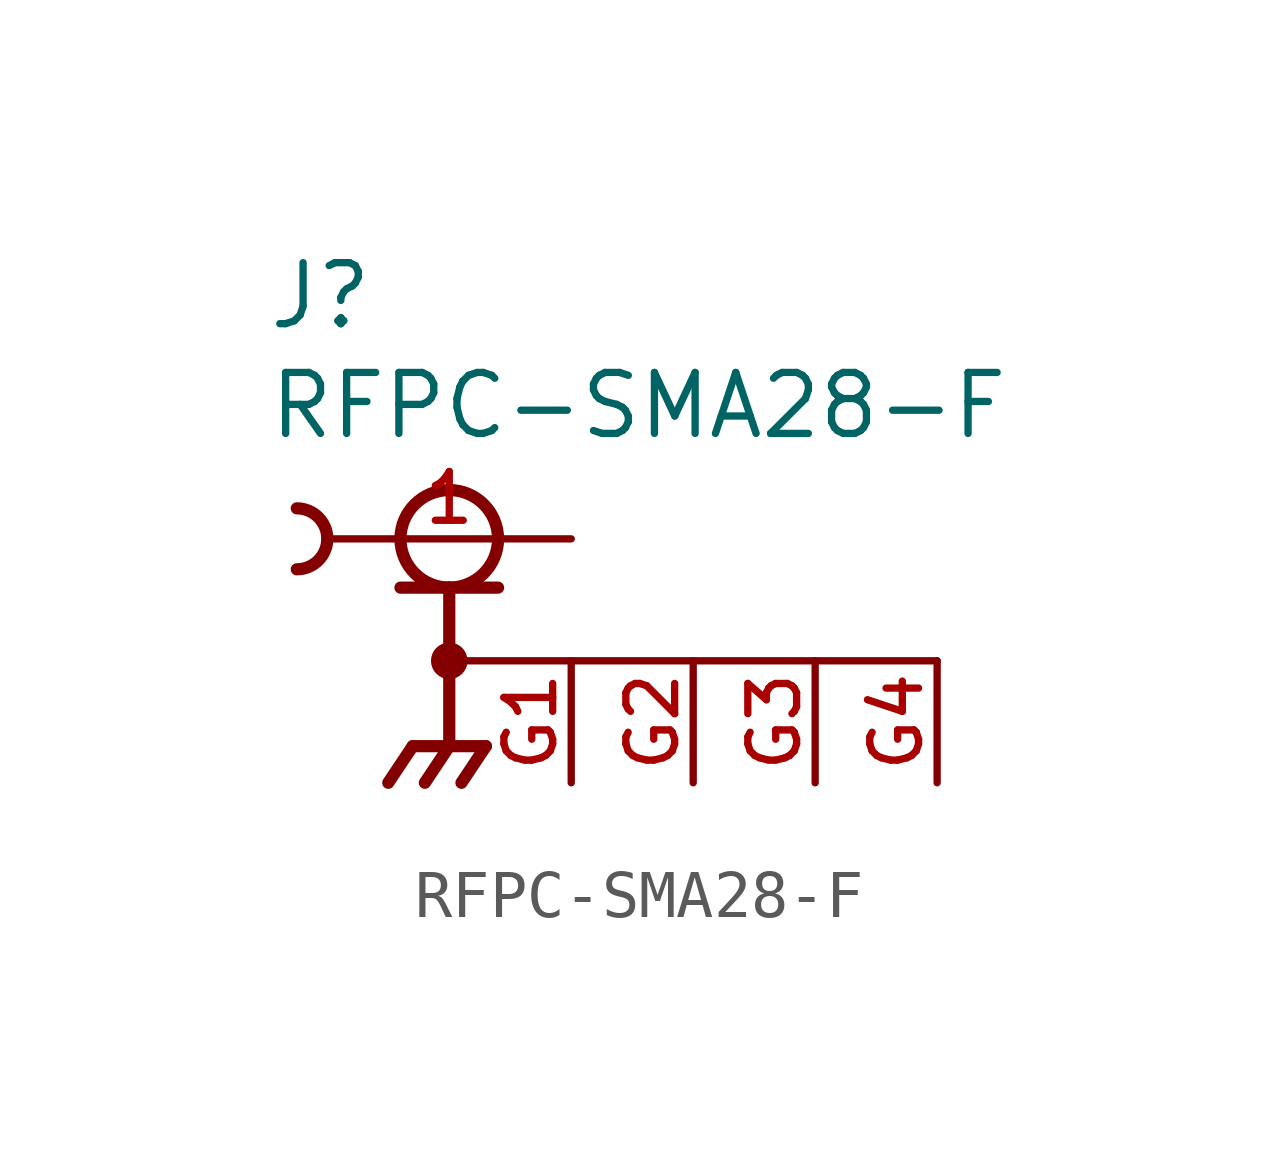
<source format=kicad_sym>
(kicad_symbol_lib
  (version 20211014)
  (generator kicad_symbol_editor)
  (symbol "RFPC-SMA28-F"
    (pin_names
      (offset 1.016))
    (property "Reference" "J"
      (at -3.81 4.318 0)
      (effects (font (size 1.27 1.27)) (justify bottom left)))
    (property "Value" "RFPC-SMA28-F"
      (at -3.81 2.032 0)
      (effects (font (size 1.27 1.27)) (justify bottom left)))
    (symbol "RFPC-SMA28-F_0_0"
      (circle (center 0.0 0.0) (radius 1.016) (stroke (width 0.254)) (fill (type none)))
      (polyline (pts (xy -1.016 -1.016) (xy 0.0 -1.016)) (stroke (width 0.254)))
      (polyline (pts (xy 0.0 -1.016) (xy 1.016 -1.016)) (stroke (width 0.254)))
      (polyline (pts (xy 0.0 -1.016) (xy 0.0 -2.54)) (stroke (width 0.254)))
      (circle (center 0.0 -2.54) (radius 0.254) (stroke (width 0.254)) (fill (type none)))
      (polyline (pts (xy 0.0 -2.54) (xy 0.0 -4.318)) (stroke (width 0.254)))
      (polyline (pts (xy 0.0 -4.318) (xy -0.762 -4.318)) (stroke (width 0.254)))
      (polyline (pts (xy 0.0 -4.318) (xy 0.762 -4.318)) (stroke (width 0.254)))
      (polyline (pts (xy -0.762 -4.318) (xy -1.27 -5.08)) (stroke (width 0.254)))
      (polyline (pts (xy 0.0 -4.318) (xy -0.508 -5.08)) (stroke (width 0.254)))
      (polyline (pts (xy 0.762 -4.318) (xy 0.254 -5.08)) (stroke (width 0.254)))
      (arc (start -2.54 0.0) (mid -2.726 -0.449) (end -3.175 -0.635) (stroke (width 0.254) (type default) (color 0 0 0 0)) (fill (type none)))
      (arc (start -3.175 0.635) (mid -2.726 0.449) (end -2.54 0.0) (stroke (width 0.254) (type default) (color 0 0 0 0)) (fill (type none)))
      (polyline (pts (xy 0.0 -2.54) (xy 10.16 -2.54)) (stroke (width 0.152)))
      (pin passive line (at 2.54 0.0 180.0) (length 5.08) (name "~" (effects (font (size 1.016 1.016)))) (number "1" (effects (font (size 1.016 1.016)))))
      (pin power_in line (at 2.54 -5.08 90.0) (length 2.54) (name "~" (effects (font (size 1.016 1.016)))) (number "G1" (effects (font (size 1.016 1.016)))))
      (pin power_in line (at 5.08 -5.08 90.0) (length 2.54) (name "~" (effects (font (size 1.016 1.016)))) (number "G2" (effects (font (size 1.016 1.016)))))
      (pin power_in line (at 7.62 -5.08 90.0) (length 2.54) (name "~" (effects (font (size 1.016 1.016)))) (number "G3" (effects (font (size 1.016 1.016)))))
      (pin power_in line (at 10.16 -5.08 90.0) (length 2.54) (name "~" (effects (font (size 1.016 1.016)))) (number "G4" (effects (font (size 1.016 1.016))))))))
</source>
